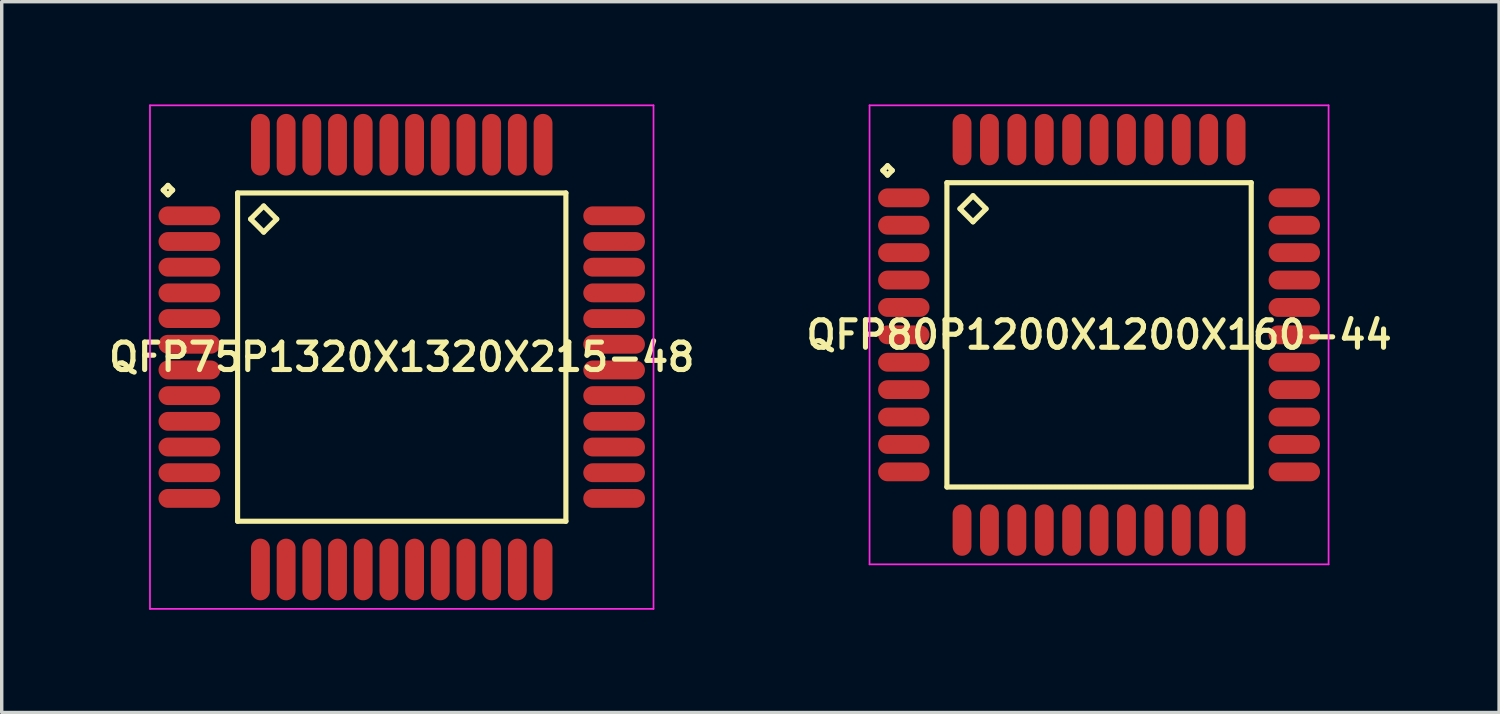
<source format=kicad_pcb>
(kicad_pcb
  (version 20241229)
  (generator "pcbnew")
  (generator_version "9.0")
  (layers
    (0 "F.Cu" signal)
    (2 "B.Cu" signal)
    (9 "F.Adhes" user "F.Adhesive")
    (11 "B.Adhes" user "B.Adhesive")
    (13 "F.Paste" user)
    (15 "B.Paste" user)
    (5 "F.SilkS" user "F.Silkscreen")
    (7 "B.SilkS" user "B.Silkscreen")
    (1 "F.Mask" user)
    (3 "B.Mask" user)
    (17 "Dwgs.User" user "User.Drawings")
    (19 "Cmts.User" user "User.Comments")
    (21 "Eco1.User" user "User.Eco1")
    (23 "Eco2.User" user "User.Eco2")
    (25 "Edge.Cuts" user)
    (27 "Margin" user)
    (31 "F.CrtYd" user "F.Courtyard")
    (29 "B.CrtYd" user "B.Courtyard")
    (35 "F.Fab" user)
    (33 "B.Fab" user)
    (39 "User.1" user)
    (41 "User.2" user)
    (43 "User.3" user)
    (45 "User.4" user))
  (footprint "QFP75P1320X1320X215-48"
    (layer "F.Cu")
    (at 8.678 7.375)
    (property "Reference" "QFP75P1320X1320X215-48" (at 0 0 0) (layer "F.SilkS") (effects (font (size 0.8 0.8) (thickness 0.15))))
    (attr smd)
    (fp_line (start -6.963 -4.875) (end -6.825 -5.013) (stroke (width 0.15) (type solid)) (layer "F.SilkS"))
    (fp_line (start -6.825 -5.013) (end -6.688 -4.875) (stroke (width 0.15) (type solid)) (layer "F.SilkS"))
    (fp_line (start -6.825 -4.737) (end -6.963 -4.875) (stroke (width 0.15) (type solid)) (layer "F.SilkS"))
    (fp_line (start -6.688 -4.875) (end -6.825 -4.737) (stroke (width 0.15) (type solid)) (layer "F.SilkS"))
    (fp_line (start -4.792 -4.792) (end -4.792 4.792) (stroke (width 0.15) (type solid)) (layer "F.SilkS"))
    (fp_line (start -4.792 4.792) (end 4.792 4.792) (stroke (width 0.15) (type solid)) (layer "F.SilkS"))
    (fp_line (start -4.411 -4.03) (end -4.03 -4.411) (stroke (width 0.15) (type solid)) (layer "F.SilkS"))
    (fp_line (start -4.03 -4.411) (end -3.649 -4.03) (stroke (width 0.15) (type solid)) (layer "F.SilkS"))
    (fp_line (start -4.03 -3.649) (end -4.411 -4.03) (stroke (width 0.15) (type solid)) (layer "F.SilkS"))
    (fp_line (start -3.649 -4.03) (end -4.03 -3.649) (stroke (width 0.15) (type solid)) (layer "F.SilkS"))
    (fp_line (start 4.792 -4.792) (end -4.792 -4.792) (stroke (width 0.15) (type solid)) (layer "F.SilkS"))
    (fp_line (start 4.792 4.792) (end 4.792 -4.792) (stroke (width 0.15) (type solid)) (layer "F.SilkS"))
    (fp_line (start -7.35 -7.35) (end 7.35 -7.35) (stroke (width 0.05) (type solid)) (layer "F.CrtYd"))
    (fp_line (start -7.35 7.35) (end -7.35 -7.35) (stroke (width 0.05) (type solid)) (layer "F.CrtYd"))
    (fp_line (start 7.35 -7.35) (end 7.35 7.35) (stroke (width 0.05) (type solid)) (layer "F.CrtYd"))
    (fp_line (start 7.35 7.35) (end -7.35 7.35) (stroke (width 0.05) (type solid)) (layer "F.CrtYd"))
    (pad "1" smd oval (at -6.2 -4.125) (size 1.8 0.55) (layers "F.Cu" "F.Mask" "F.Paste"))
    (pad "2" smd oval (at -6.2 -3.375) (size 1.8 0.55) (layers "F.Cu" "F.Mask" "F.Paste"))
    (pad "3" smd oval (at -6.2 -2.625) (size 1.8 0.55) (layers "F.Cu" "F.Mask" "F.Paste"))
    (pad "4" smd oval (at -6.2 -1.875) (size 1.8 0.55) (layers "F.Cu" "F.Mask" "F.Paste"))
    (pad "5" smd oval (at -6.2 -1.125) (size 1.8 0.55) (layers "F.Cu" "F.Mask" "F.Paste"))
    (pad "6" smd oval (at -6.2 -0.375) (size 1.8 0.55) (layers "F.Cu" "F.Mask" "F.Paste"))
    (pad "7" smd oval (at -6.2 0.375) (size 1.8 0.55) (layers "F.Cu" "F.Mask" "F.Paste"))
    (pad "8" smd oval (at -6.2 1.125) (size 1.8 0.55) (layers "F.Cu" "F.Mask" "F.Paste"))
    (pad "9" smd oval (at -6.2 1.875) (size 1.8 0.55) (layers "F.Cu" "F.Mask" "F.Paste"))
    (pad "10" smd oval (at -6.2 2.625) (size 1.8 0.55) (layers "F.Cu" "F.Mask" "F.Paste"))
    (pad "11" smd oval (at -6.2 3.375) (size 1.8 0.55) (layers "F.Cu" "F.Mask" "F.Paste"))
    (pad "12" smd oval (at -6.2 4.125) (size 1.8 0.55) (layers "F.Cu" "F.Mask" "F.Paste"))
    (pad "13" smd oval (at -4.125 6.2) (size 0.55 1.8) (layers "F.Cu" "F.Mask" "F.Paste"))
    (pad "14" smd oval (at -3.375 6.2) (size 0.55 1.8) (layers "F.Cu" "F.Mask" "F.Paste"))
    (pad "15" smd oval (at -2.625 6.2) (size 0.55 1.8) (layers "F.Cu" "F.Mask" "F.Paste"))
    (pad "16" smd oval (at -1.875 6.2) (size 0.55 1.8) (layers "F.Cu" "F.Mask" "F.Paste"))
    (pad "17" smd oval (at -1.125 6.2) (size 0.55 1.8) (layers "F.Cu" "F.Mask" "F.Paste"))
    (pad "18" smd oval (at -0.375 6.2) (size 0.55 1.8) (layers "F.Cu" "F.Mask" "F.Paste"))
    (pad "19" smd oval (at 0.375 6.2) (size 0.55 1.8) (layers "F.Cu" "F.Mask" "F.Paste"))
    (pad "20" smd oval (at 1.125 6.2) (size 0.55 1.8) (layers "F.Cu" "F.Mask" "F.Paste"))
    (pad "21" smd oval (at 1.875 6.2) (size 0.55 1.8) (layers "F.Cu" "F.Mask" "F.Paste"))
    (pad "22" smd oval (at 2.625 6.2) (size 0.55 1.8) (layers "F.Cu" "F.Mask" "F.Paste"))
    (pad "23" smd oval (at 3.375 6.2) (size 0.55 1.8) (layers "F.Cu" "F.Mask" "F.Paste"))
    (pad "24" smd oval (at 4.125 6.2) (size 0.55 1.8) (layers "F.Cu" "F.Mask" "F.Paste"))
    (pad "25" smd oval (at 6.2 4.125) (size 1.8 0.55) (layers "F.Cu" "F.Mask" "F.Paste"))
    (pad "26" smd oval (at 6.2 3.375) (size 1.8 0.55) (layers "F.Cu" "F.Mask" "F.Paste"))
    (pad "27" smd oval (at 6.2 2.625) (size 1.8 0.55) (layers "F.Cu" "F.Mask" "F.Paste"))
    (pad "28" smd oval (at 6.2 1.875) (size 1.8 0.55) (layers "F.Cu" "F.Mask" "F.Paste"))
    (pad "29" smd oval (at 6.2 1.125) (size 1.8 0.55) (layers "F.Cu" "F.Mask" "F.Paste"))
    (pad "30" smd oval (at 6.2 0.375) (size 1.8 0.55) (layers "F.Cu" "F.Mask" "F.Paste"))
    (pad "31" smd oval (at 6.2 -0.375) (size 1.8 0.55) (layers "F.Cu" "F.Mask" "F.Paste"))
    (pad "32" smd oval (at 6.2 -1.125) (size 1.8 0.55) (layers "F.Cu" "F.Mask" "F.Paste"))
    (pad "33" smd oval (at 6.2 -1.875) (size 1.8 0.55) (layers "F.Cu" "F.Mask" "F.Paste"))
    (pad "34" smd oval (at 6.2 -2.625) (size 1.8 0.55) (layers "F.Cu" "F.Mask" "F.Paste"))
    (pad "35" smd oval (at 6.2 -3.375) (size 1.8 0.55) (layers "F.Cu" "F.Mask" "F.Paste"))
    (pad "36" smd oval (at 6.2 -4.125) (size 1.8 0.55) (layers "F.Cu" "F.Mask" "F.Paste"))
    (pad "37" smd oval (at 4.125 -6.2) (size 0.55 1.8) (layers "F.Cu" "F.Mask" "F.Paste"))
    (pad "38" smd oval (at 3.375 -6.2) (size 0.55 1.8) (layers "F.Cu" "F.Mask" "F.Paste"))
    (pad "39" smd oval (at 2.625 -6.2) (size 0.55 1.8) (layers "F.Cu" "F.Mask" "F.Paste"))
    (pad "40" smd oval (at 1.875 -6.2) (size 0.55 1.8) (layers "F.Cu" "F.Mask" "F.Paste"))
    (pad "41" smd oval (at 1.125 -6.2) (size 0.55 1.8) (layers "F.Cu" "F.Mask" "F.Paste"))
    (pad "42" smd oval (at 0.375 -6.2) (size 0.55 1.8) (layers "F.Cu" "F.Mask" "F.Paste"))
    (pad "43" smd oval (at -0.375 -6.2) (size 0.55 1.8) (layers "F.Cu" "F.Mask" "F.Paste"))
    (pad "44" smd oval (at -1.125 -6.2) (size 0.55 1.8) (layers "F.Cu" "F.Mask" "F.Paste"))
    (pad "45" smd oval (at -1.875 -6.2) (size 0.55 1.8) (layers "F.Cu" "F.Mask" "F.Paste"))
    (pad "46" smd oval (at -2.625 -6.2) (size 0.55 1.8) (layers "F.Cu" "F.Mask" "F.Paste"))
    (pad "47" smd oval (at -3.375 -6.2) (size 0.55 1.8) (layers "F.Cu" "F.Mask" "F.Paste"))
    (pad "48" smd oval (at -4.125 -6.2) (size 0.55 1.8) (layers "F.Cu" "F.Mask" "F.Paste")))
  (footprint "QFP80P1200X1200X160-44"
    (layer "F.Cu")
    (at 29.035 6.725)
    (property "Reference" "QFP80P1200X1200X160-44" (at 0 0 0) (layer "F.SilkS") (effects (font (size 0.8 0.8) (thickness 0.15))))
    (attr smd)
    (fp_line (start -6.312 -4.8) (end -6.175 -4.938) (stroke (width 0.15) (type solid)) (layer "F.SilkS"))
    (fp_line (start -6.175 -4.938) (end -6.037 -4.8) (stroke (width 0.15) (type solid)) (layer "F.SilkS"))
    (fp_line (start -6.175 -4.662) (end -6.312 -4.8) (stroke (width 0.15) (type solid)) (layer "F.SilkS"))
    (fp_line (start -6.037 -4.8) (end -6.175 -4.662) (stroke (width 0.15) (type solid)) (layer "F.SilkS"))
    (fp_line (start -4.442 -4.442) (end -4.442 4.442) (stroke (width 0.15) (type solid)) (layer "F.SilkS"))
    (fp_line (start -4.442 4.442) (end 4.442 4.442) (stroke (width 0.15) (type solid)) (layer "F.SilkS"))
    (fp_line (start -4.061 -3.68) (end -3.68 -4.061) (stroke (width 0.15) (type solid)) (layer "F.SilkS"))
    (fp_line (start -3.68 -4.061) (end -3.299 -3.68) (stroke (width 0.15) (type solid)) (layer "F.SilkS"))
    (fp_line (start -3.68 -3.299) (end -4.061 -3.68) (stroke (width 0.15) (type solid)) (layer "F.SilkS"))
    (fp_line (start -3.299 -3.68) (end -3.68 -3.299) (stroke (width 0.15) (type solid)) (layer "F.SilkS"))
    (fp_line (start 4.442 -4.442) (end -4.442 -4.442) (stroke (width 0.15) (type solid)) (layer "F.SilkS"))
    (fp_line (start 4.442 4.442) (end 4.442 -4.442) (stroke (width 0.15) (type solid)) (layer "F.SilkS"))
    (fp_line (start -6.7 -6.7) (end 6.7 -6.7) (stroke (width 0.05) (type solid)) (layer "F.CrtYd"))
    (fp_line (start -6.7 6.7) (end -6.7 -6.7) (stroke (width 0.05) (type solid)) (layer "F.CrtYd"))
    (fp_line (start 6.7 -6.7) (end 6.7 6.7) (stroke (width 0.05) (type solid)) (layer "F.CrtYd"))
    (fp_line (start 6.7 6.7) (end -6.7 6.7) (stroke (width 0.05) (type solid)) (layer "F.CrtYd"))
    (pad "1" smd oval (at -5.7 -4) (size 1.5 0.55) (layers "F.Cu" "F.Mask" "F.Paste"))
    (pad "2" smd oval (at -5.7 -3.2) (size 1.5 0.55) (layers "F.Cu" "F.Mask" "F.Paste"))
    (pad "3" smd oval (at -5.7 -2.4) (size 1.5 0.55) (layers "F.Cu" "F.Mask" "F.Paste"))
    (pad "4" smd oval (at -5.7 -1.6) (size 1.5 0.55) (layers "F.Cu" "F.Mask" "F.Paste"))
    (pad "5" smd oval (at -5.7 -0.8) (size 1.5 0.55) (layers "F.Cu" "F.Mask" "F.Paste"))
    (pad "6" smd oval (at -5.7 0) (size 1.5 0.55) (layers "F.Cu" "F.Mask" "F.Paste"))
    (pad "7" smd oval (at -5.7 0.8) (size 1.5 0.55) (layers "F.Cu" "F.Mask" "F.Paste"))
    (pad "8" smd oval (at -5.7 1.6) (size 1.5 0.55) (layers "F.Cu" "F.Mask" "F.Paste"))
    (pad "9" smd oval (at -5.7 2.4) (size 1.5 0.55) (layers "F.Cu" "F.Mask" "F.Paste"))
    (pad "10" smd oval (at -5.7 3.2) (size 1.5 0.55) (layers "F.Cu" "F.Mask" "F.Paste"))
    (pad "11" smd oval (at -5.7 4) (size 1.5 0.55) (layers "F.Cu" "F.Mask" "F.Paste"))
    (pad "12" smd oval (at -4 5.7) (size 0.55 1.5) (layers "F.Cu" "F.Mask" "F.Paste"))
    (pad "13" smd oval (at -3.2 5.7) (size 0.55 1.5) (layers "F.Cu" "F.Mask" "F.Paste"))
    (pad "14" smd oval (at -2.4 5.7) (size 0.55 1.5) (layers "F.Cu" "F.Mask" "F.Paste"))
    (pad "15" smd oval (at -1.6 5.7) (size 0.55 1.5) (layers "F.Cu" "F.Mask" "F.Paste"))
    (pad "16" smd oval (at -0.8 5.7) (size 0.55 1.5) (layers "F.Cu" "F.Mask" "F.Paste"))
    (pad "17" smd oval (at 0 5.7) (size 0.55 1.5) (layers "F.Cu" "F.Mask" "F.Paste"))
    (pad "18" smd oval (at 0.8 5.7) (size 0.55 1.5) (layers "F.Cu" "F.Mask" "F.Paste"))
    (pad "19" smd oval (at 1.6 5.7) (size 0.55 1.5) (layers "F.Cu" "F.Mask" "F.Paste"))
    (pad "20" smd oval (at 2.4 5.7) (size 0.55 1.5) (layers "F.Cu" "F.Mask" "F.Paste"))
    (pad "21" smd oval (at 3.2 5.7) (size 0.55 1.5) (layers "F.Cu" "F.Mask" "F.Paste"))
    (pad "22" smd oval (at 4 5.7) (size 0.55 1.5) (layers "F.Cu" "F.Mask" "F.Paste"))
    (pad "23" smd oval (at 5.7 4) (size 1.5 0.55) (layers "F.Cu" "F.Mask" "F.Paste"))
    (pad "24" smd oval (at 5.7 3.2) (size 1.5 0.55) (layers "F.Cu" "F.Mask" "F.Paste"))
    (pad "25" smd oval (at 5.7 2.4) (size 1.5 0.55) (layers "F.Cu" "F.Mask" "F.Paste"))
    (pad "26" smd oval (at 5.7 1.6) (size 1.5 0.55) (layers "F.Cu" "F.Mask" "F.Paste"))
    (pad "27" smd oval (at 5.7 0.8) (size 1.5 0.55) (layers "F.Cu" "F.Mask" "F.Paste"))
    (pad "28" smd oval (at 5.7 0) (size 1.5 0.55) (layers "F.Cu" "F.Mask" "F.Paste"))
    (pad "29" smd oval (at 5.7 -0.8) (size 1.5 0.55) (layers "F.Cu" "F.Mask" "F.Paste"))
    (pad "30" smd oval (at 5.7 -1.6) (size 1.5 0.55) (layers "F.Cu" "F.Mask" "F.Paste"))
    (pad "31" smd oval (at 5.7 -2.4) (size 1.5 0.55) (layers "F.Cu" "F.Mask" "F.Paste"))
    (pad "32" smd oval (at 5.7 -3.2) (size 1.5 0.55) (layers "F.Cu" "F.Mask" "F.Paste"))
    (pad "33" smd oval (at 5.7 -4) (size 1.5 0.55) (layers "F.Cu" "F.Mask" "F.Paste"))
    (pad "34" smd oval (at 4 -5.7) (size 0.55 1.5) (layers "F.Cu" "F.Mask" "F.Paste"))
    (pad "35" smd oval (at 3.2 -5.7) (size 0.55 1.5) (layers "F.Cu" "F.Mask" "F.Paste"))
    (pad "36" smd oval (at 2.4 -5.7) (size 0.55 1.5) (layers "F.Cu" "F.Mask" "F.Paste"))
    (pad "37" smd oval (at 1.6 -5.7) (size 0.55 1.5) (layers "F.Cu" "F.Mask" "F.Paste"))
    (pad "38" smd oval (at 0.8 -5.7) (size 0.55 1.5) (layers "F.Cu" "F.Mask" "F.Paste"))
    (pad "39" smd oval (at 0 -5.7) (size 0.55 1.5) (layers "F.Cu" "F.Mask" "F.Paste"))
    (pad "40" smd oval (at -0.8 -5.7) (size 0.55 1.5) (layers "F.Cu" "F.Mask" "F.Paste"))
    (pad "41" smd oval (at -1.6 -5.7) (size 0.55 1.5) (layers "F.Cu" "F.Mask" "F.Paste"))
    (pad "42" smd oval (at -2.4 -5.7) (size 0.55 1.5) (layers "F.Cu" "F.Mask" "F.Paste"))
    (pad "43" smd oval (at -3.2 -5.7) (size 0.55 1.5) (layers "F.Cu" "F.Mask" "F.Paste"))
    (pad "44" smd oval (at -4 -5.7) (size 0.55 1.5) (layers "F.Cu" "F.Mask" "F.Paste")))
  (gr_rect
    (start -3 -3)
    (end 40.713 17.75)
    (stroke (width 0.1) (type default))
    (fill no)
    (layer "Edge.Cuts")))
</source>
